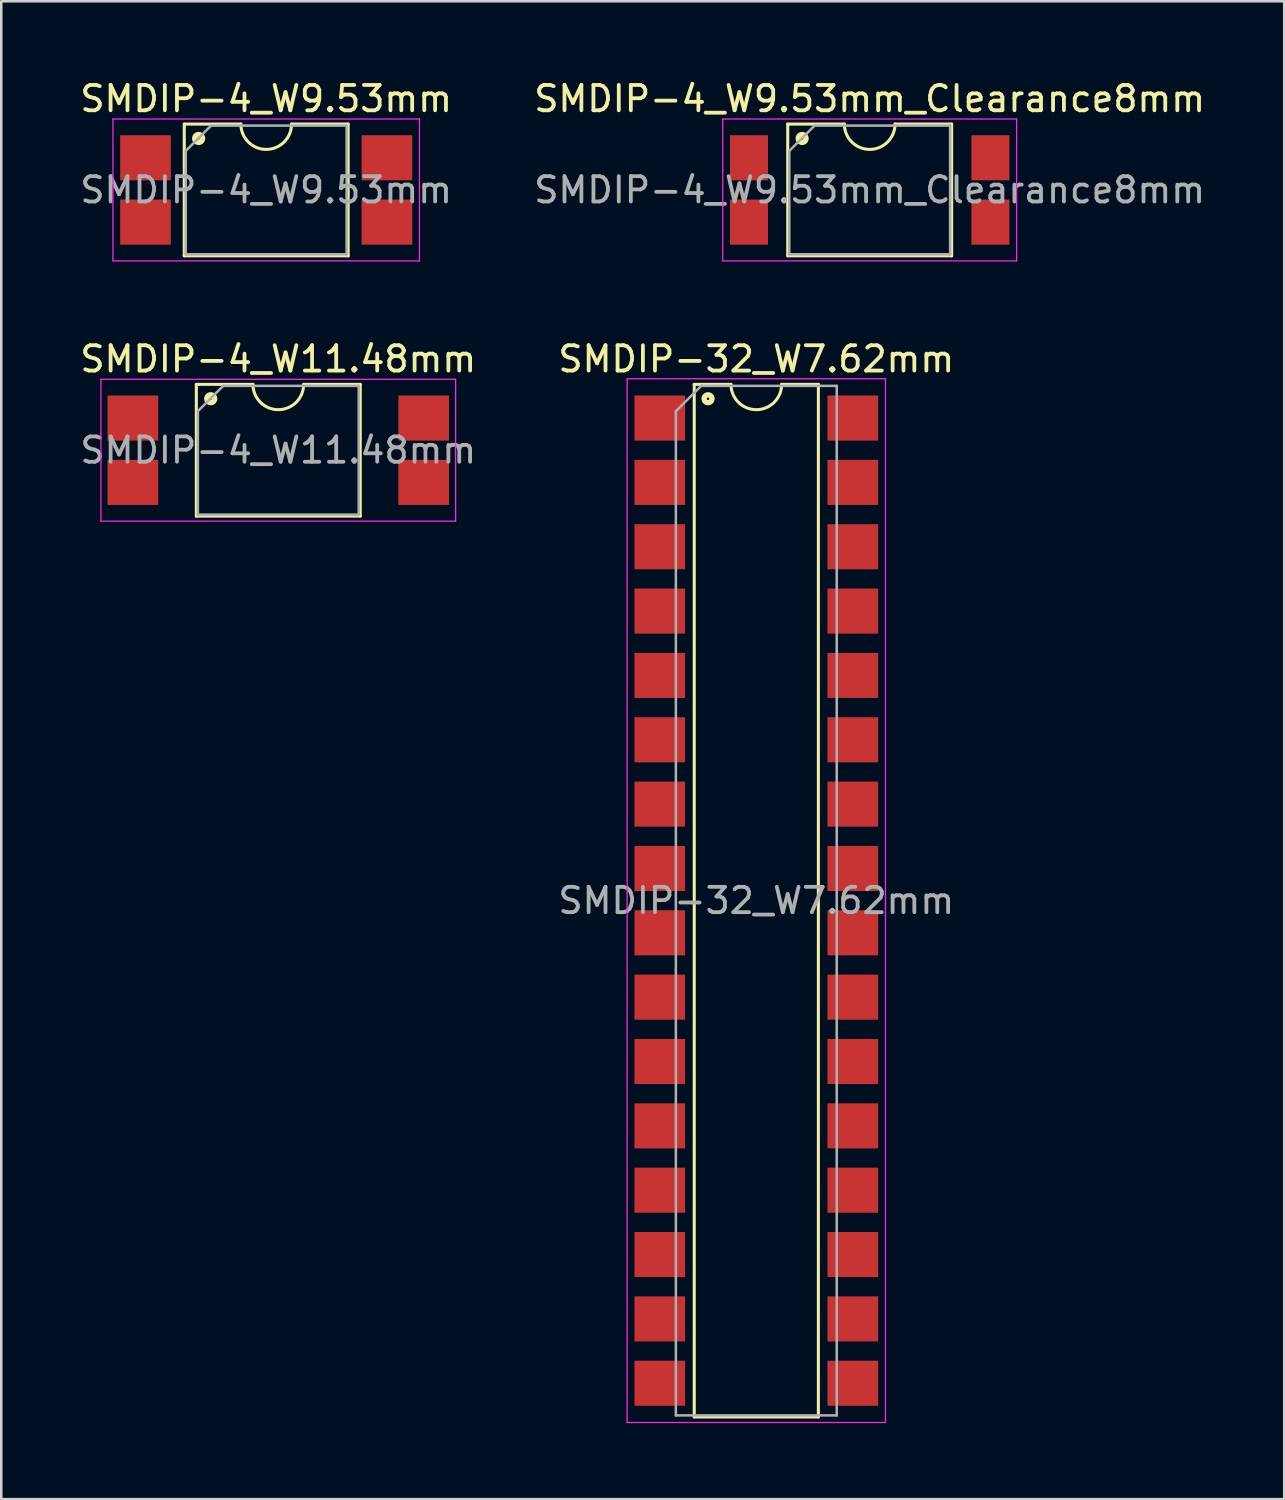
<source format=kicad_pcb>
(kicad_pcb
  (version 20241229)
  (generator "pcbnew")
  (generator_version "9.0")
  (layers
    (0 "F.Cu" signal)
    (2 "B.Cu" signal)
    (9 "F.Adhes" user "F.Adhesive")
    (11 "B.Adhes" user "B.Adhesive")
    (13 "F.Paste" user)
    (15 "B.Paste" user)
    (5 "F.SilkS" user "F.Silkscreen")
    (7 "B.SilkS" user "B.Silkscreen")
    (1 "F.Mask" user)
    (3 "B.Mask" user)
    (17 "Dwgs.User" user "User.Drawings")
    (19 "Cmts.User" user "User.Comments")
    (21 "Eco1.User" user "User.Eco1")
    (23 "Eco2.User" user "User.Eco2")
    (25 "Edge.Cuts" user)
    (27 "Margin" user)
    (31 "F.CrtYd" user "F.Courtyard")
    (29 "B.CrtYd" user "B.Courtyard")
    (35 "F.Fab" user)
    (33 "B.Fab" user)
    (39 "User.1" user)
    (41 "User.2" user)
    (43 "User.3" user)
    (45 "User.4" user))
  (footprint "SMDIP-32_W7.62mm"
    (layer "F.Cu")
    (at 26.804 32.502)
    (property "Reference" "SMDIP-32_W7.62mm" (at 0 -21.38 0) (layer "F.SilkS") (effects (font (size 1 1) (thickness 0.15))))
    (attr smd)
    (fp_line (start -2.45 -20.38) (end -2.45 20.38) (stroke (width 0.12) (type solid)) (layer "F.SilkS"))
    (fp_line (start -2.45 20.38) (end 2.45 20.38) (stroke (width 0.12) (type solid)) (layer "F.SilkS"))
    (fp_line (start -1 -20.38) (end -2.45 -20.38) (stroke (width 0.12) (type solid)) (layer "F.SilkS"))
    (fp_line (start 2.45 -20.38) (end 1 -20.38) (stroke (width 0.12) (type solid)) (layer "F.SilkS"))
    (fp_line (start 2.45 20.38) (end 2.45 -20.38) (stroke (width 0.12) (type solid)) (layer "F.SilkS"))
    (fp_arc (start 1 -20.38) (mid 0 -19.38) (end -1 -20.38) (stroke (width 0.12) (type solid)) (layer "F.SilkS"))
    (fp_circle (center -1.905 -19.812) (end -1.855 -19.812) (stroke (width 0.12) (type solid)) (fill no) (layer "F.SilkS"))
    (fp_circle (center -1.905 -19.812) (end -1.78 -19.812) (stroke (width 0.12) (type solid)) (fill no) (layer "F.SilkS"))
    (fp_circle (center -1.905 -19.812) (end -1.705 -19.812) (stroke (width 0.12) (type solid)) (fill no) (layer "F.SilkS"))
    (fp_line (start -5.1 -20.6) (end -5.1 20.6) (stroke (width 0.05) (type solid)) (layer "F.CrtYd"))
    (fp_line (start -5.1 20.6) (end 5.1 20.6) (stroke (width 0.05) (type solid)) (layer "F.CrtYd"))
    (fp_line (start 5.1 -20.6) (end -5.1 -20.6) (stroke (width 0.05) (type solid)) (layer "F.CrtYd"))
    (fp_line (start 5.1 20.6) (end 5.1 -20.6) (stroke (width 0.05) (type solid)) (layer "F.CrtYd"))
    (fp_line (start -3.175 -19.32) (end -2.175 -20.32) (stroke (width 0.1) (type solid)) (layer "F.Fab"))
    (fp_line (start -3.175 20.32) (end -3.175 -19.32) (stroke (width 0.1) (type solid)) (layer "F.Fab"))
    (fp_line (start -2.175 -20.32) (end 3.175 -20.32) (stroke (width 0.1) (type solid)) (layer "F.Fab"))
    (fp_line (start 3.175 -20.32) (end 3.175 20.32) (stroke (width 0.1) (type solid)) (layer "F.Fab"))
    (fp_line (start 3.175 20.32) (end -3.175 20.32) (stroke (width 0.1) (type solid)) (layer "F.Fab"))
    (fp_text user "${REFERENCE}" (at 0 0 0) (layer "F.Fab") (effects (font (size 1 1) (thickness 0.15))))
    (pad "1" smd rect (at -3.81 -19.05) (size 2 1.78) (layers "F.Cu" "F.Mask" "F.Paste"))
    (pad "2" smd rect (at -3.81 -16.51) (size 2 1.78) (layers "F.Cu" "F.Mask" "F.Paste"))
    (pad "3" smd rect (at -3.81 -13.97) (size 2 1.78) (layers "F.Cu" "F.Mask" "F.Paste"))
    (pad "4" smd rect (at -3.81 -11.43) (size 2 1.78) (layers "F.Cu" "F.Mask" "F.Paste"))
    (pad "5" smd rect (at -3.81 -8.89) (size 2 1.78) (layers "F.Cu" "F.Mask" "F.Paste"))
    (pad "6" smd rect (at -3.81 -6.35) (size 2 1.78) (layers "F.Cu" "F.Mask" "F.Paste"))
    (pad "7" smd rect (at -3.81 -3.81) (size 2 1.78) (layers "F.Cu" "F.Mask" "F.Paste"))
    (pad "8" smd rect (at -3.81 -1.27) (size 2 1.78) (layers "F.Cu" "F.Mask" "F.Paste"))
    (pad "9" smd rect (at -3.81 1.27) (size 2 1.78) (layers "F.Cu" "F.Mask" "F.Paste"))
    (pad "10" smd rect (at -3.81 3.81) (size 2 1.78) (layers "F.Cu" "F.Mask" "F.Paste"))
    (pad "11" smd rect (at -3.81 6.35) (size 2 1.78) (layers "F.Cu" "F.Mask" "F.Paste"))
    (pad "12" smd rect (at -3.81 8.89) (size 2 1.78) (layers "F.Cu" "F.Mask" "F.Paste"))
    (pad "13" smd rect (at -3.81 11.43) (size 2 1.78) (layers "F.Cu" "F.Mask" "F.Paste"))
    (pad "14" smd rect (at -3.81 13.97) (size 2 1.78) (layers "F.Cu" "F.Mask" "F.Paste"))
    (pad "15" smd rect (at -3.81 16.51) (size 2 1.78) (layers "F.Cu" "F.Mask" "F.Paste"))
    (pad "16" smd rect (at -3.81 19.05) (size 2 1.78) (layers "F.Cu" "F.Mask" "F.Paste"))
    (pad "17" smd rect (at 3.81 19.05) (size 2 1.78) (layers "F.Cu" "F.Mask" "F.Paste"))
    (pad "18" smd rect (at 3.81 16.51) (size 2 1.78) (layers "F.Cu" "F.Mask" "F.Paste"))
    (pad "19" smd rect (at 3.81 13.97) (size 2 1.78) (layers "F.Cu" "F.Mask" "F.Paste"))
    (pad "20" smd rect (at 3.81 11.43) (size 2 1.78) (layers "F.Cu" "F.Mask" "F.Paste"))
    (pad "21" smd rect (at 3.81 8.89) (size 2 1.78) (layers "F.Cu" "F.Mask" "F.Paste"))
    (pad "22" smd rect (at 3.81 6.35) (size 2 1.78) (layers "F.Cu" "F.Mask" "F.Paste"))
    (pad "23" smd rect (at 3.81 3.81) (size 2 1.78) (layers "F.Cu" "F.Mask" "F.Paste"))
    (pad "24" smd rect (at 3.81 1.27) (size 2 1.78) (layers "F.Cu" "F.Mask" "F.Paste"))
    (pad "25" smd rect (at 3.81 -1.27) (size 2 1.78) (layers "F.Cu" "F.Mask" "F.Paste"))
    (pad "26" smd rect (at 3.81 -3.81) (size 2 1.78) (layers "F.Cu" "F.Mask" "F.Paste"))
    (pad "27" smd rect (at 3.81 -6.35) (size 2 1.78) (layers "F.Cu" "F.Mask" "F.Paste"))
    (pad "28" smd rect (at 3.81 -8.89) (size 2 1.78) (layers "F.Cu" "F.Mask" "F.Paste"))
    (pad "29" smd rect (at 3.81 -11.43) (size 2 1.78) (layers "F.Cu" "F.Mask" "F.Paste"))
    (pad "30" smd rect (at 3.81 -13.97) (size 2 1.78) (layers "F.Cu" "F.Mask" "F.Paste"))
    (pad "31" smd rect (at 3.81 -16.51) (size 2 1.78) (layers "F.Cu" "F.Mask" "F.Paste"))
    (pad "32" smd rect (at 3.81 -19.05) (size 2 1.78) (layers "F.Cu" "F.Mask" "F.Paste")))
  (footprint "SMDIP-4_W9.53mm_Clearance8mm"
    (layer "F.Cu")
    (at 31.28 4.448)
    (property "Reference" "SMDIP-4_W9.53mm_Clearance8mm" (at 0 -3.6 0) (layer "F.SilkS") (effects (font (size 1 1) (thickness 0.15))))
    (attr smd)
    (fp_line (start -3.235 -2.6) (end -3.235 2.6) (stroke (width 0.12) (type solid)) (layer "F.SilkS"))
    (fp_line (start -3.235 2.6) (end 3.235 2.6) (stroke (width 0.12) (type solid)) (layer "F.SilkS"))
    (fp_line (start -1 -2.6) (end -3.235 -2.6) (stroke (width 0.12) (type solid)) (layer "F.SilkS"))
    (fp_line (start 3.235 -2.6) (end 1 -2.6) (stroke (width 0.12) (type solid)) (layer "F.SilkS"))
    (fp_line (start 3.235 2.6) (end 3.235 -2.6) (stroke (width 0.12) (type solid)) (layer "F.SilkS"))
    (fp_arc (start 1 -2.6) (mid 0 -1.6) (end -1 -2.6) (stroke (width 0.12) (type solid)) (layer "F.SilkS"))
    (fp_circle (center -2.667 -2.032) (end -2.617 -2.032) (stroke (width 0.12) (type solid)) (fill no) (layer "F.SilkS"))
    (fp_circle (center -2.667 -2.032) (end -2.542 -2.032) (stroke (width 0.12) (type solid)) (fill no) (layer "F.SilkS"))
    (fp_circle (center -2.667 -2.032) (end -2.467 -2.032) (stroke (width 0.12) (type solid)) (fill no) (layer "F.SilkS"))
    (fp_line (start -5.8 -2.8) (end -5.8 2.8) (stroke (width 0.05) (type solid)) (layer "F.CrtYd"))
    (fp_line (start -5.8 2.8) (end 5.8 2.8) (stroke (width 0.05) (type solid)) (layer "F.CrtYd"))
    (fp_line (start 5.8 -2.8) (end -5.8 -2.8) (stroke (width 0.05) (type solid)) (layer "F.CrtYd"))
    (fp_line (start 5.8 2.8) (end 5.8 -2.8) (stroke (width 0.05) (type solid)) (layer "F.CrtYd"))
    (fp_line (start -3.175 -1.54) (end -2.175 -2.54) (stroke (width 0.1) (type solid)) (layer "F.Fab"))
    (fp_line (start -3.175 2.54) (end -3.175 -1.54) (stroke (width 0.1) (type solid)) (layer "F.Fab"))
    (fp_line (start -2.175 -2.54) (end 3.175 -2.54) (stroke (width 0.1) (type solid)) (layer "F.Fab"))
    (fp_line (start 3.175 -2.54) (end 3.175 2.54) (stroke (width 0.1) (type solid)) (layer "F.Fab"))
    (fp_line (start 3.175 2.54) (end -3.175 2.54) (stroke (width 0.1) (type solid)) (layer "F.Fab"))
    (fp_text user "${REFERENCE}" (at 0 0 0) (layer "F.Fab") (effects (font (size 1 1) (thickness 0.15))))
    (pad "1" smd rect (at -4.765 -1.27) (size 1.5 1.78) (layers "F.Cu" "F.Mask" "F.Paste"))
    (pad "2" smd rect (at -4.765 1.27) (size 1.5 1.78) (layers "F.Cu" "F.Mask" "F.Paste"))
    (pad "3" smd rect (at 4.765 1.27) (size 1.5 1.78) (layers "F.Cu" "F.Mask" "F.Paste"))
    (pad "4" smd rect (at 4.765 -1.27) (size 1.5 1.78) (layers "F.Cu" "F.Mask" "F.Paste")))
  (footprint "SMDIP-4_W11.48mm"
    (layer "F.Cu")
    (at 7.935 14.722)
    (property "Reference" "SMDIP-4_W11.48mm" (at 0 -3.6 0) (layer "F.SilkS") (effects (font (size 1 1) (thickness 0.15))))
    (attr smd)
    (fp_line (start -3.235 -2.6) (end -3.235 2.6) (stroke (width 0.12) (type solid)) (layer "F.SilkS"))
    (fp_line (start -3.235 2.6) (end 3.235 2.6) (stroke (width 0.12) (type solid)) (layer "F.SilkS"))
    (fp_line (start -1 -2.6) (end -3.235 -2.6) (stroke (width 0.12) (type solid)) (layer "F.SilkS"))
    (fp_line (start 3.235 -2.6) (end 1 -2.6) (stroke (width 0.12) (type solid)) (layer "F.SilkS"))
    (fp_line (start 3.235 2.6) (end 3.235 -2.6) (stroke (width 0.12) (type solid)) (layer "F.SilkS"))
    (fp_arc (start 1 -2.6) (mid 0 -1.6) (end -1 -2.6) (stroke (width 0.12) (type solid)) (layer "F.SilkS"))
    (fp_circle (center -2.667 -2.032) (end -2.617 -2.032) (stroke (width 0.12) (type solid)) (fill no) (layer "F.SilkS"))
    (fp_circle (center -2.667 -2.032) (end -2.542 -2.032) (stroke (width 0.12) (type solid)) (fill no) (layer "F.SilkS"))
    (fp_circle (center -2.667 -2.032) (end -2.467 -2.032) (stroke (width 0.12) (type solid)) (fill no) (layer "F.SilkS"))
    (fp_line (start -7 -2.8) (end -7 2.8) (stroke (width 0.05) (type solid)) (layer "F.CrtYd"))
    (fp_line (start -7 2.8) (end 7 2.8) (stroke (width 0.05) (type solid)) (layer "F.CrtYd"))
    (fp_line (start 7 -2.8) (end -7 -2.8) (stroke (width 0.05) (type solid)) (layer "F.CrtYd"))
    (fp_line (start 7 2.8) (end 7 -2.8) (stroke (width 0.05) (type solid)) (layer "F.CrtYd"))
    (fp_line (start -3.175 -1.54) (end -2.175 -2.54) (stroke (width 0.1) (type solid)) (layer "F.Fab"))
    (fp_line (start -3.175 2.54) (end -3.175 -1.54) (stroke (width 0.1) (type solid)) (layer "F.Fab"))
    (fp_line (start -2.175 -2.54) (end 3.175 -2.54) (stroke (width 0.1) (type solid)) (layer "F.Fab"))
    (fp_line (start 3.175 -2.54) (end 3.175 2.54) (stroke (width 0.1) (type solid)) (layer "F.Fab"))
    (fp_line (start 3.175 2.54) (end -3.175 2.54) (stroke (width 0.1) (type solid)) (layer "F.Fab"))
    (fp_text user "${REFERENCE}" (at 0 0 0) (layer "F.Fab") (effects (font (size 1 1) (thickness 0.15))))
    (pad "1" smd rect (at -5.74 -1.27) (size 2 1.78) (layers "F.Cu" "F.Mask" "F.Paste"))
    (pad "2" smd rect (at -5.74 1.27) (size 2 1.78) (layers "F.Cu" "F.Mask" "F.Paste"))
    (pad "3" smd rect (at 5.74 1.27) (size 2 1.78) (layers "F.Cu" "F.Mask" "F.Paste"))
    (pad "4" smd rect (at 5.74 -1.27) (size 2 1.78) (layers "F.Cu" "F.Mask" "F.Paste")))
  (footprint "SMDIP-4_W9.53mm"
    (layer "F.Cu")
    (at 7.458 4.448)
    (property "Reference" "SMDIP-4_W9.53mm" (at 0 -3.6 0) (layer "F.SilkS") (effects (font (size 1 1) (thickness 0.15))))
    (attr smd)
    (fp_line (start -3.235 -2.6) (end -3.235 2.6) (stroke (width 0.12) (type solid)) (layer "F.SilkS"))
    (fp_line (start -3.235 2.6) (end 3.235 2.6) (stroke (width 0.12) (type solid)) (layer "F.SilkS"))
    (fp_line (start -1 -2.6) (end -3.235 -2.6) (stroke (width 0.12) (type solid)) (layer "F.SilkS"))
    (fp_line (start 3.235 -2.6) (end 1 -2.6) (stroke (width 0.12) (type solid)) (layer "F.SilkS"))
    (fp_line (start 3.235 2.6) (end 3.235 -2.6) (stroke (width 0.12) (type solid)) (layer "F.SilkS"))
    (fp_arc (start 1 -2.6) (mid 0 -1.6) (end -1 -2.6) (stroke (width 0.12) (type solid)) (layer "F.SilkS"))
    (fp_circle (center -2.667 -2.032) (end -2.617 -2.032) (stroke (width 0.12) (type solid)) (fill no) (layer "F.SilkS"))
    (fp_circle (center -2.667 -2.032) (end -2.542 -2.032) (stroke (width 0.12) (type solid)) (fill no) (layer "F.SilkS"))
    (fp_circle (center -2.667 -2.032) (end -2.467 -2.032) (stroke (width 0.12) (type solid)) (fill no) (layer "F.SilkS"))
    (fp_line (start -6.05 -2.8) (end -6.05 2.8) (stroke (width 0.05) (type solid)) (layer "F.CrtYd"))
    (fp_line (start -6.05 2.8) (end 6.05 2.8) (stroke (width 0.05) (type solid)) (layer "F.CrtYd"))
    (fp_line (start 6.05 -2.8) (end -6.05 -2.8) (stroke (width 0.05) (type solid)) (layer "F.CrtYd"))
    (fp_line (start 6.05 2.8) (end 6.05 -2.8) (stroke (width 0.05) (type solid)) (layer "F.CrtYd"))
    (fp_line (start -3.175 -1.54) (end -2.175 -2.54) (stroke (width 0.1) (type solid)) (layer "F.Fab"))
    (fp_line (start -3.175 2.54) (end -3.175 -1.54) (stroke (width 0.1) (type solid)) (layer "F.Fab"))
    (fp_line (start -2.175 -2.54) (end 3.175 -2.54) (stroke (width 0.1) (type solid)) (layer "F.Fab"))
    (fp_line (start 3.175 -2.54) (end 3.175 2.54) (stroke (width 0.1) (type solid)) (layer "F.Fab"))
    (fp_line (start 3.175 2.54) (end -3.175 2.54) (stroke (width 0.1) (type solid)) (layer "F.Fab"))
    (fp_text user "${REFERENCE}" (at 0 0 0) (layer "F.Fab") (effects (font (size 1 1) (thickness 0.15))))
    (pad "1" smd rect (at -4.765 -1.27) (size 2 1.78) (layers "F.Cu" "F.Mask" "F.Paste"))
    (pad "2" smd rect (at -4.765 1.27) (size 2 1.78) (layers "F.Cu" "F.Mask" "F.Paste"))
    (pad "3" smd rect (at 4.765 1.27) (size 2 1.78) (layers "F.Cu" "F.Mask" "F.Paste"))
    (pad "4" smd rect (at 4.765 -1.27) (size 2 1.78) (layers "F.Cu" "F.Mask" "F.Paste")))
  (gr_rect
    (start -3 -3)
    (end 47.643 56.127)
    (stroke (width 0.1) (type default))
    (fill no)
    (layer "Edge.Cuts")))
</source>
